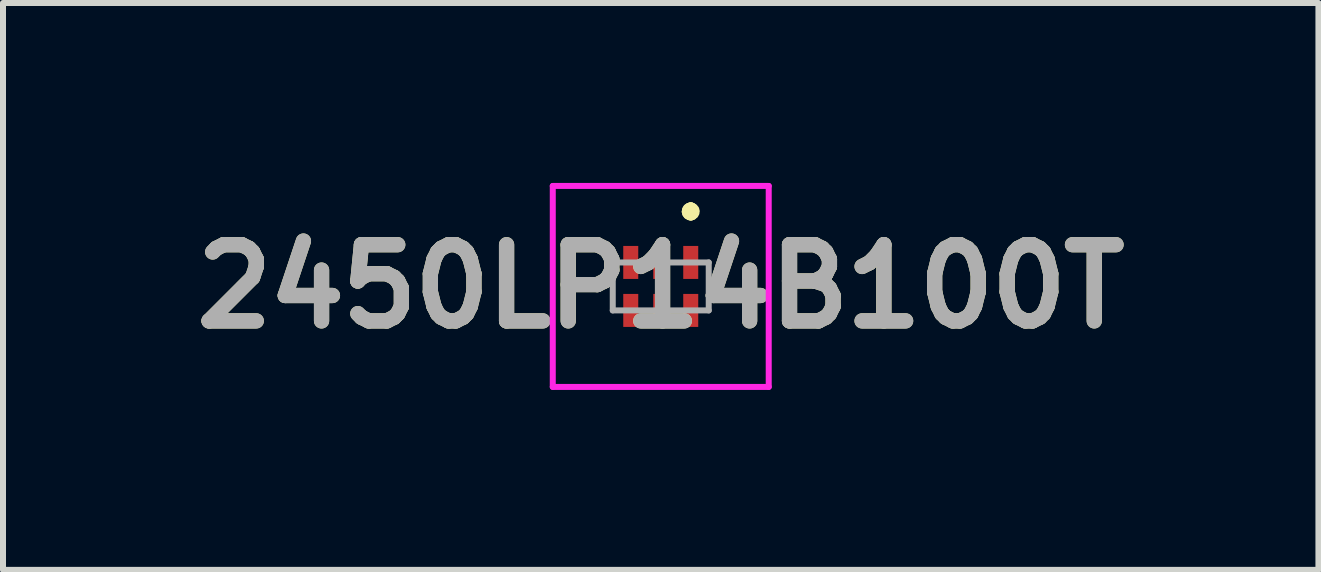
<source format=kicad_pcb>
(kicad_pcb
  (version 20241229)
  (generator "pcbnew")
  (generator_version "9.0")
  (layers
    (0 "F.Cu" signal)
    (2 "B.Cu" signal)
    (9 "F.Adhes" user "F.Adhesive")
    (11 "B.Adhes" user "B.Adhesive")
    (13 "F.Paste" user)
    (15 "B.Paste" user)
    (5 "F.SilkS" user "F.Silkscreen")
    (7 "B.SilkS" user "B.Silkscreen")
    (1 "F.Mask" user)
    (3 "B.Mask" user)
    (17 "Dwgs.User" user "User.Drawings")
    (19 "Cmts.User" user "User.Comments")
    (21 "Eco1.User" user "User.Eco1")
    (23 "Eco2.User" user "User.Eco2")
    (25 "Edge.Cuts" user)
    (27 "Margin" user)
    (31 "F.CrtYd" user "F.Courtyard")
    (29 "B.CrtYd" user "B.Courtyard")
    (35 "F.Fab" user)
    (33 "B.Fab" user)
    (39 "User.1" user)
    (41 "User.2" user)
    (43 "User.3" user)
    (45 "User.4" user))
  (footprint "2450LP14B100T"
    (layer "F.Cu")
    (at 7.965 1.725)
    (property "Reference" "2450LP14B100T" (at 0 0 0) (layer "F.SilkS") (effects (font (size 1.27 1.27) (thickness 0.254))))
    (attr smd)
    (fp_line (start 0.5 -1.3) (end 0.5 -1.3) (stroke (width 0.2) (type solid)) (layer "F.SilkS"))
    (fp_line (start 0.5 -1.3) (end 0.5 -1.3) (stroke (width 0.2) (type solid)) (layer "F.SilkS"))
    (fp_line (start 0.5 -1.2) (end 0.5 -1.2) (stroke (width 0.2) (type solid)) (layer "F.SilkS"))
    (fp_arc (start 0.5 -1.3) (mid 0.55 -1.25) (end 0.5 -1.2) (stroke (width 0.2) (type solid)) (layer "F.SilkS"))
    (fp_arc (start 0.5 -1.2) (mid 0.45 -1.25) (end 0.5 -1.3) (stroke (width 0.2) (type solid)) (layer "F.SilkS"))
    (fp_arc (start 0.5 -1.2) (mid 0.45 -1.25) (end 0.5 -1.3) (stroke (width 0.2) (type solid)) (layer "F.SilkS"))
    (fp_line (start -1.8 -1.675) (end 1.8 -1.675) (stroke (width 0.1) (type solid)) (layer "F.CrtYd"))
    (fp_line (start -1.8 1.675) (end -1.8 -1.675) (stroke (width 0.1) (type solid)) (layer "F.CrtYd"))
    (fp_line (start 1.8 -1.675) (end 1.8 1.675) (stroke (width 0.1) (type solid)) (layer "F.CrtYd"))
    (fp_line (start 1.8 1.675) (end -1.8 1.675) (stroke (width 0.1) (type solid)) (layer "F.CrtYd"))
    (fp_line (start -0.8 -0.4) (end -0.8 0.4) (stroke (width 0.1) (type solid)) (layer "F.Fab"))
    (fp_line (start -0.8 0.4) (end 0.8 0.4) (stroke (width 0.1) (type solid)) (layer "F.Fab"))
    (fp_line (start 0.8 -0.4) (end -0.8 -0.4) (stroke (width 0.1) (type solid)) (layer "F.Fab"))
    (fp_line (start 0.8 0.4) (end 0.8 -0.4) (stroke (width 0.1) (type solid)) (layer "F.Fab"))
    (fp_text user "${REFERENCE}" (at 0 0 0) (layer "F.Fab") (effects (font (size 1.27 1.27) (thickness 0.254))))
    (pad "1" smd rect (at 0.5 -0.4) (size 0.25 0.55) (layers "F.Cu" "F.Mask" "F.Paste"))
    (pad "2" smd rect (at 0 -0.4) (size 0.25 0.55) (layers "F.Cu" "F.Mask" "F.Paste"))
    (pad "3" smd rect (at -0.5 -0.4) (size 0.25 0.55) (layers "F.Cu" "F.Mask" "F.Paste"))
    (pad "4" smd rect (at -0.5 0.4) (size 0.25 0.55) (layers "F.Cu" "F.Mask" "F.Paste"))
    (pad "5" smd rect (at 0 0.4) (size 0.25 0.55) (layers "F.Cu" "F.Mask" "F.Paste"))
    (pad "6" smd rect (at 0.5 0.4) (size 0.25 0.55) (layers "F.Cu" "F.Mask" "F.Paste")))
  (gr_rect
    (start -3 -3)
    (end 18.929 6.45)
    (stroke (width 0.1) (type default))
    (fill no)
    (layer "Edge.Cuts")))
</source>
